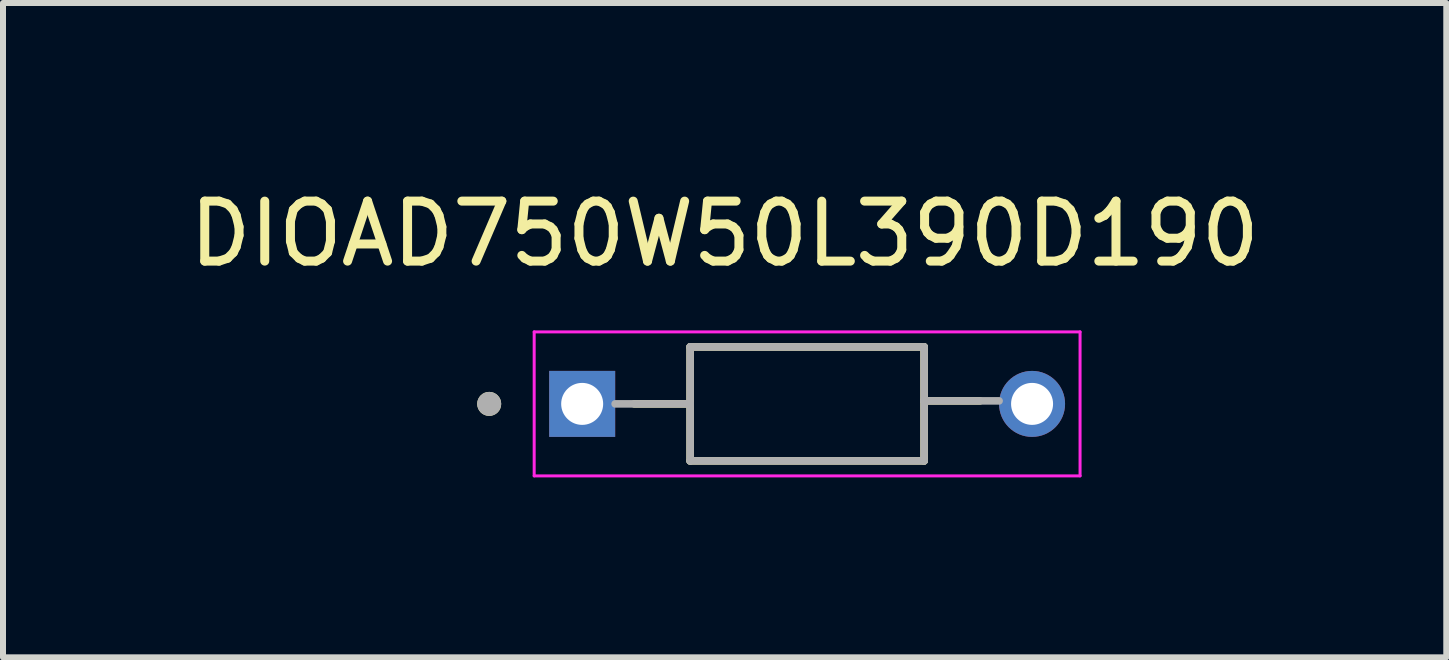
<source format=kicad_pcb>
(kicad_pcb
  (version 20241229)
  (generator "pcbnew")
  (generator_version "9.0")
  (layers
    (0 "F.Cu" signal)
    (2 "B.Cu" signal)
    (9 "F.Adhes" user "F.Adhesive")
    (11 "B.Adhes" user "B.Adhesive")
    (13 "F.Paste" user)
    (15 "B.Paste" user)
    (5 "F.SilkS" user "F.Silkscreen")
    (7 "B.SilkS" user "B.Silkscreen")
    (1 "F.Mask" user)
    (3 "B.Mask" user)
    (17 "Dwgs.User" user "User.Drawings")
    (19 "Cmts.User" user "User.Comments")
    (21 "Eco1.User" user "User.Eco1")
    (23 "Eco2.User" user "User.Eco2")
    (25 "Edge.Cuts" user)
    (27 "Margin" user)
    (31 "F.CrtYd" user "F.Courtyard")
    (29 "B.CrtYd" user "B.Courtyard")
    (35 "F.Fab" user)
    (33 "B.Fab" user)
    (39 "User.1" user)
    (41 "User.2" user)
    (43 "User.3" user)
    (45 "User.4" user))
  (footprint "DIOAD750W50L390D190"
    (layer "F.Cu")
    (at 10.405 3.683)
    (property "Reference" "DIOAD750W50L390D190" (at -1.375 -2.835 0) (layer "F.SilkS") (effects (font (size 1 1) (thickness 0.15))))
    (attr through_hole)
    (fp_line (start -1.95 -0.95) (end 1.95 -0.95) (stroke (width 0.127) (type solid)) (layer "F.SilkS"))
    (fp_line (start -1.95 0) (end -2.88 0) (stroke (width 0.127) (type solid)) (layer "F.SilkS"))
    (fp_line (start -1.95 0) (end -1.95 -0.95) (stroke (width 0.127) (type solid)) (layer "F.SilkS"))
    (fp_line (start -1.95 0.95) (end -1.95 0) (stroke (width 0.127) (type solid)) (layer "F.SilkS"))
    (fp_line (start 1.95 -0.95) (end 1.95 -0.05) (stroke (width 0.127) (type solid)) (layer "F.SilkS"))
    (fp_line (start 1.95 -0.05) (end 1.95 0.95) (stroke (width 0.127) (type solid)) (layer "F.SilkS"))
    (fp_line (start 1.95 -0.05) (end 2.88 -0.05) (stroke (width 0.127) (type solid)) (layer "F.SilkS"))
    (fp_line (start 1.95 0.95) (end -1.95 0.95) (stroke (width 0.127) (type solid)) (layer "F.SilkS"))
    (fp_circle (center -5.3 0) (end -5.2 0) (stroke (width 0.2) (type solid)) (fill no) (layer "F.SilkS"))
    (fp_line (start -4.55 -1.2) (end -4.55 1.2) (stroke (width 0.05) (type solid)) (layer "F.CrtYd"))
    (fp_line (start -4.55 1.2) (end 4.55 1.2) (stroke (width 0.05) (type solid)) (layer "F.CrtYd"))
    (fp_line (start 4.55 -1.2) (end -4.55 -1.2) (stroke (width 0.05) (type solid)) (layer "F.CrtYd"))
    (fp_line (start 4.55 1.2) (end 4.55 -1.2) (stroke (width 0.05) (type solid)) (layer "F.CrtYd"))
    (fp_line (start -1.95 -0.95) (end 1.95 -0.95) (stroke (width 0.127) (type solid)) (layer "F.Fab"))
    (fp_line (start -1.95 0) (end -3.2 0) (stroke (width 0.127) (type solid)) (layer "F.Fab"))
    (fp_line (start -1.95 0) (end -1.95 -0.95) (stroke (width 0.127) (type solid)) (layer "F.Fab"))
    (fp_line (start -1.95 0.95) (end -1.95 0) (stroke (width 0.127) (type solid)) (layer "F.Fab"))
    (fp_line (start 1.95 -0.95) (end 1.95 -0.05) (stroke (width 0.127) (type solid)) (layer "F.Fab"))
    (fp_line (start 1.95 -0.05) (end 1.95 0.95) (stroke (width 0.127) (type solid)) (layer "F.Fab"))
    (fp_line (start 1.95 -0.05) (end 3.2 -0.05) (stroke (width 0.127) (type solid)) (layer "F.Fab"))
    (fp_line (start 1.95 0.95) (end -1.95 0.95) (stroke (width 0.127) (type solid)) (layer "F.Fab"))
    (fp_circle (center -5.3 0) (end -5.2 0) (stroke (width 0.2) (type solid)) (fill no) (layer "F.Fab"))
    (pad "1" thru_hole rect (at -3.75 0) (size 1.1 1.1) (drill 0.7) (layers "*.Cu" "*.Mask"))
    (pad "2" thru_hole circle (at 3.75 0) (size 1.1 1.1) (drill 0.7) (layers "*.Cu" "*.Mask")))
  (gr_rect
    (start -3 -3)
    (end 21.06 7.908)
    (stroke (width 0.1) (type default))
    (fill no)
    (layer "Edge.Cuts")))
</source>
